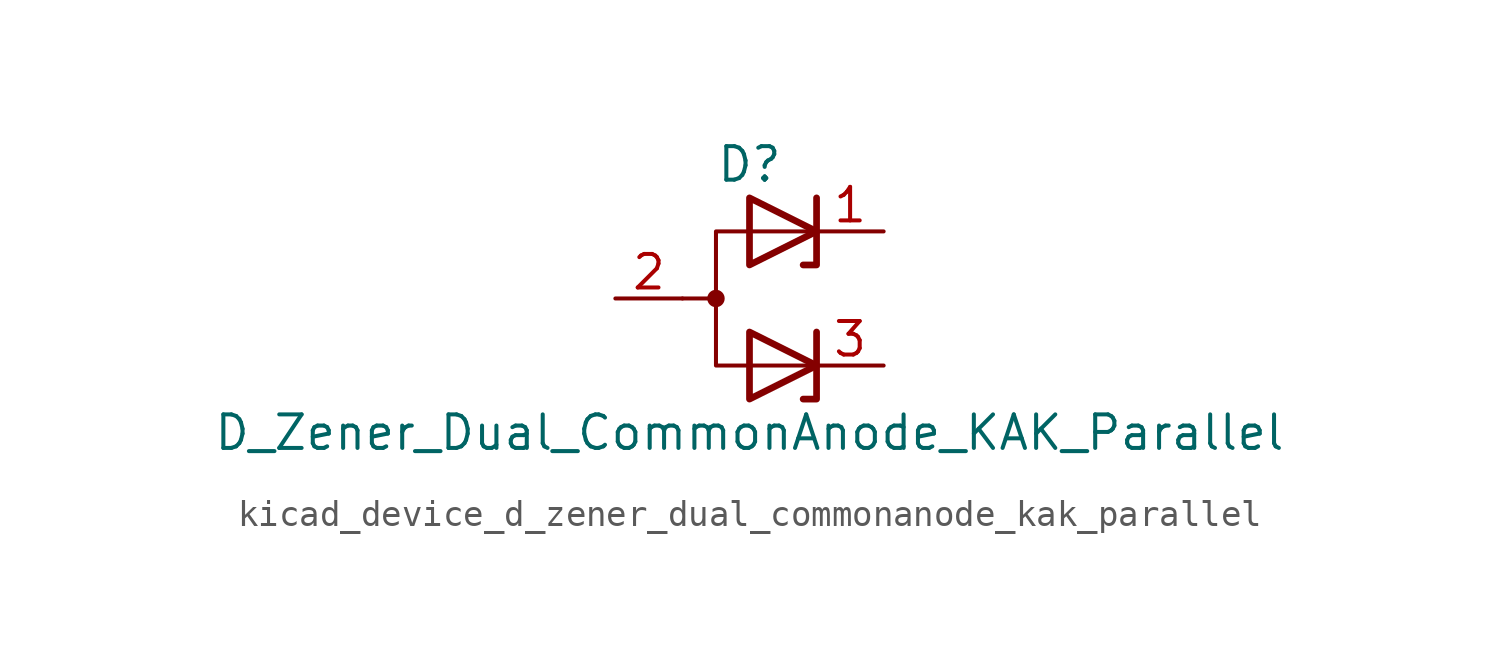
<source format=kicad_sym>
(kicad_symbol_lib
  (version 20220914)
  (generator kicad_symbol_editor)
  (symbol "kicad_device_d_zener_dual_commonanode_kak_parallel"
    (pin_names
      (offset 0.762) hide)
    (property "Reference" "D"
      (at 0 5.08 0)
      (effects (font (size 1.27 1.27))))
    (property "Value" "D_Zener_Dual_CommonAnode_KAK_Parallel"
      (at 0 -5.08 0)
      (effects (font (size 1.27 1.27))))
    (symbol "kicad_device_d_zener_dual_commonanode_kak_parallel_0_0"
      (polyline (pts (xy 2.032 1.27) (xy 2.54 1.27) (xy 2.54 3.81)) (stroke (width 0.254) (type default)) (fill (type none)))
      (polyline (pts (xy 2.54 -1.27) (xy 2.54 -3.81) (xy 2.032 -3.81)) (stroke (width 0.254) (type default)) (fill (type none))))
    (symbol "kicad_device_d_zener_dual_commonanode_kak_parallel_0_1"
      (circle (center -1.27 0) (radius 0.254) (stroke (width 0) (type default)) (fill (type outline)))
      (polyline (pts (xy -1.27 0) (xy -2.54 0)) (stroke (width 0) (type default)) (fill (type none)))
      (polyline (pts (xy 2.54 2.54) (xy -1.27 2.54) (xy -1.27 -2.54) (xy 2.54 -2.54)) (stroke (width 0) (type default)) (fill (type none)))
      (polyline (pts (xy 0 -1.27) (xy 2.54 -2.54) (xy 0 -3.81) (xy 0 -1.27) (xy 0 -1.27) (xy 0 -1.27)) (stroke (width 0.254) (type default)) (fill (type none)))
      (polyline (pts (xy 0 3.81) (xy 2.54 2.54) (xy 0 1.27) (xy 0 3.81) (xy 0 3.81) (xy 0 3.81)) (stroke (width 0.254) (type default)) (fill (type none)))
      (pin passive line (at 5.08 2.54 180) (length 2.54) (name "K" (effects (font (size 1.27 1.27)))) (number "1" (effects (font (size 1.27 1.27)))))
      (pin passive line (at -5.08 0 0) (length 2.54) (name "A" (effects (font (size 1.27 1.27)))) (number "2" (effects (font (size 1.27 1.27)))))
      (pin passive line (at 5.08 -2.54 180) (length 2.54) (name "K" (effects (font (size 1.27 1.27)))) (number "3" (effects (font (size 1.27 1.27))))))))
</source>
